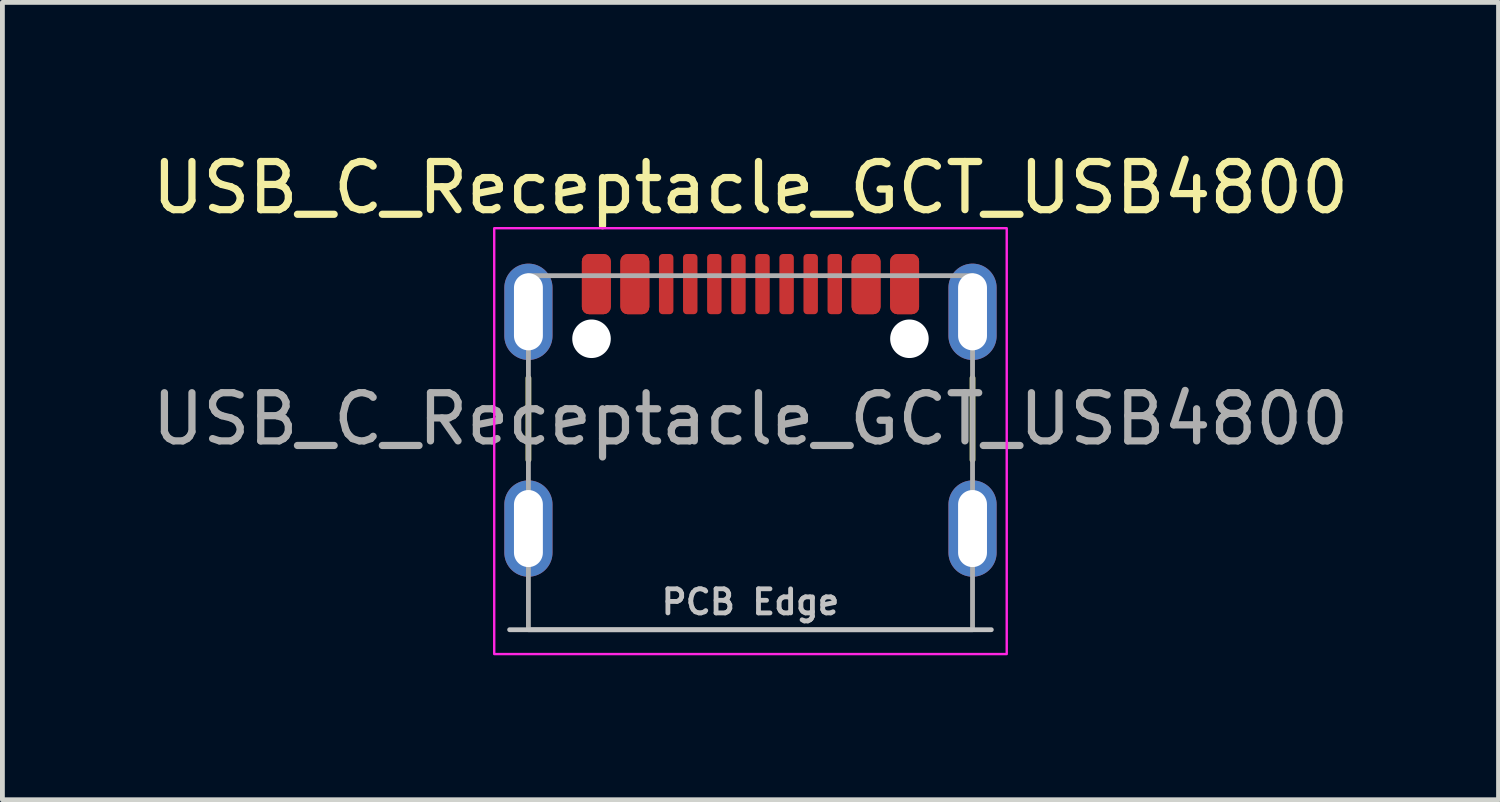
<source format=kicad_pcb>
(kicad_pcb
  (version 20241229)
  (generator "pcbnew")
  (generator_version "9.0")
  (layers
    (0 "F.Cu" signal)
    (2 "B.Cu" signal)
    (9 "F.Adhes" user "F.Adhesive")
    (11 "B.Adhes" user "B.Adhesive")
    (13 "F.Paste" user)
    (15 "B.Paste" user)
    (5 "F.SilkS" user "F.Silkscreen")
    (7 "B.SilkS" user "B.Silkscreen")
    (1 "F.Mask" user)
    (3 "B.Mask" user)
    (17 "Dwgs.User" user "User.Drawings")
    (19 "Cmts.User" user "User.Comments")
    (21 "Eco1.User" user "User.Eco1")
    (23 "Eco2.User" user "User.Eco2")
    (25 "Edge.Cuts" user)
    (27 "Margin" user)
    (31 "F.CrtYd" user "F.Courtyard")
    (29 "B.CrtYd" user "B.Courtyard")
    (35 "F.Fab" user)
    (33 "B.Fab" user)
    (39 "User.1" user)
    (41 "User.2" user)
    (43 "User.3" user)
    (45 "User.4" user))
  (footprint "USB_C_Receptacle_GCT_USB4800"
    (layer "F.Cu")
    (at 12.53 6.348)
    (property "Reference" "USB_C_Receptacle_GCT_USB4800" (at 0 -5.5 0) (unlocked yes) (layer "F.SilkS") (effects (font (size 1 1) (thickness 0.15))))
    (attr smd)
    (fp_line (start -4.61 0.15) (end -4.61 -1.55) (stroke (width 0.12) (type solid)) (layer "F.SilkS"))
    (fp_line (start 4.61 0.15) (end 4.61 -1.55) (stroke (width 0.12) (type solid)) (layer "F.SilkS"))
    (fp_line (start 5 3.675) (end -5 3.675) (stroke (width 0.1) (type solid)) (layer "Dwgs.User"))
    (fp_rect (start -5.32 -4.66) (end 5.32 4.18) (stroke (width 0.05) (type solid)) (fill no) (layer "F.CrtYd"))
    (fp_rect (start -4.61 -3.675) (end 4.61 3.675) (stroke (width 0.1) (type solid)) (fill no) (layer "F.Fab"))
    (fp_text user "PCB Edge" (at 0 3.1 0) (unlocked yes) (layer "Dwgs.User") (effects (font (size 0.5 0.5) (thickness 0.1))))
    (fp_text user "${REFERENCE}" (at 0 -0.7 0) (unlocked yes) (layer "F.Fab") (effects (font (size 1 1) (thickness 0.15))))
    (pad "" np_thru_hole circle (at -3.3 -2.365) (size 0.8 0.8) (drill 0.8) (layers "*.Cu" "*.Mask"))
    (pad "" np_thru_hole circle (at 3.3 -2.365) (size 0.8 0.8) (drill 0.8) (layers "*.Cu" "*.Mask"))
    (pad "A1" smd roundrect (at -3.2 -3.5) (size 0.6 1.25) (layers "F.Cu" "F.Mask" "F.Paste") (roundrect_rratio 0.25))
    (pad "A4" smd roundrect (at -2.4 -3.5) (size 0.6 1.25) (layers "F.Cu" "F.Mask" "F.Paste") (roundrect_rratio 0.25))
    (pad "A5" smd roundrect (at -1.25 -3.5) (size 0.3 1.25) (layers "F.Cu" "F.Mask" "F.Paste") (roundrect_rratio 0.25))
    (pad "A6" smd roundrect (at -0.25 -3.5) (size 0.3 1.25) (layers "F.Cu" "F.Mask" "F.Paste") (roundrect_rratio 0.25))
    (pad "A7" smd roundrect (at 0.25 -3.5) (size 0.3 1.25) (layers "F.Cu" "F.Mask" "F.Paste") (roundrect_rratio 0.25))
    (pad "A8" smd roundrect (at 1.25 -3.5) (size 0.3 1.25) (layers "F.Cu" "F.Mask" "F.Paste") (roundrect_rratio 0.25))
    (pad "A9" smd roundrect (at 2.4 -3.5) (size 0.6 1.25) (layers "F.Cu" "F.Mask" "F.Paste") (roundrect_rratio 0.25))
    (pad "A12" smd roundrect (at 3.2 -3.5) (size 0.6 1.25) (layers "F.Cu" "F.Mask" "F.Paste") (roundrect_rratio 0.25))
    (pad "B1" smd roundrect (at 3.2 -3.5) (size 0.6 1.25) (layers "F.Cu" "F.Mask" "F.Paste") (roundrect_rratio 0.25))
    (pad "B4" smd roundrect (at 2.4 -3.5) (size 0.6 1.25) (layers "F.Cu" "F.Mask" "F.Paste") (roundrect_rratio 0.25))
    (pad "B5" smd roundrect (at 1.75 -3.5) (size 0.3 1.25) (layers "F.Cu" "F.Mask" "F.Paste") (roundrect_rratio 0.25))
    (pad "B6" smd roundrect (at 0.75 -3.5) (size 0.3 1.25) (layers "F.Cu" "F.Mask" "F.Paste") (roundrect_rratio 0.25))
    (pad "B7" smd roundrect (at -0.75 -3.5) (size 0.3 1.25) (layers "F.Cu" "F.Mask" "F.Paste") (roundrect_rratio 0.25))
    (pad "B8" smd roundrect (at -1.75 -3.5) (size 0.3 1.25) (layers "F.Cu" "F.Mask" "F.Paste") (roundrect_rratio 0.25))
    (pad "B9" smd roundrect (at -2.4 -3.5) (size 0.6 1.25) (layers "F.Cu" "F.Mask" "F.Paste") (roundrect_rratio 0.25))
    (pad "B12" smd roundrect (at -3.2 -3.5) (size 0.6 1.25) (layers "F.Cu" "F.Mask" "F.Paste") (roundrect_rratio 0.25))
    (pad "S1" thru_hole oval (at -4.61 -2.925) (size 1 2) (drill oval 0.6 1.6) (layers "*.Cu" "*.Mask" "F.Paste"))
    (pad "S1" thru_hole oval (at -4.61 1.575) (size 1 2) (drill oval 0.6 1.6) (layers "*.Cu" "*.Mask" "F.Paste"))
    (pad "S1" thru_hole oval (at 4.61 -2.925) (size 1 2) (drill oval 0.6 1.6) (layers "*.Cu" "*.Mask" "F.Paste"))
    (pad "S1" thru_hole oval (at 4.61 1.575) (size 1 2) (drill oval 0.6 1.6) (layers "*.Cu" "*.Mask" "F.Paste")))
  (gr_rect
    (start -3 -3)
    (end 28.06 13.553)
    (stroke (width 0.1) (type default))
    (fill no)
    (layer "Edge.Cuts")))
</source>
